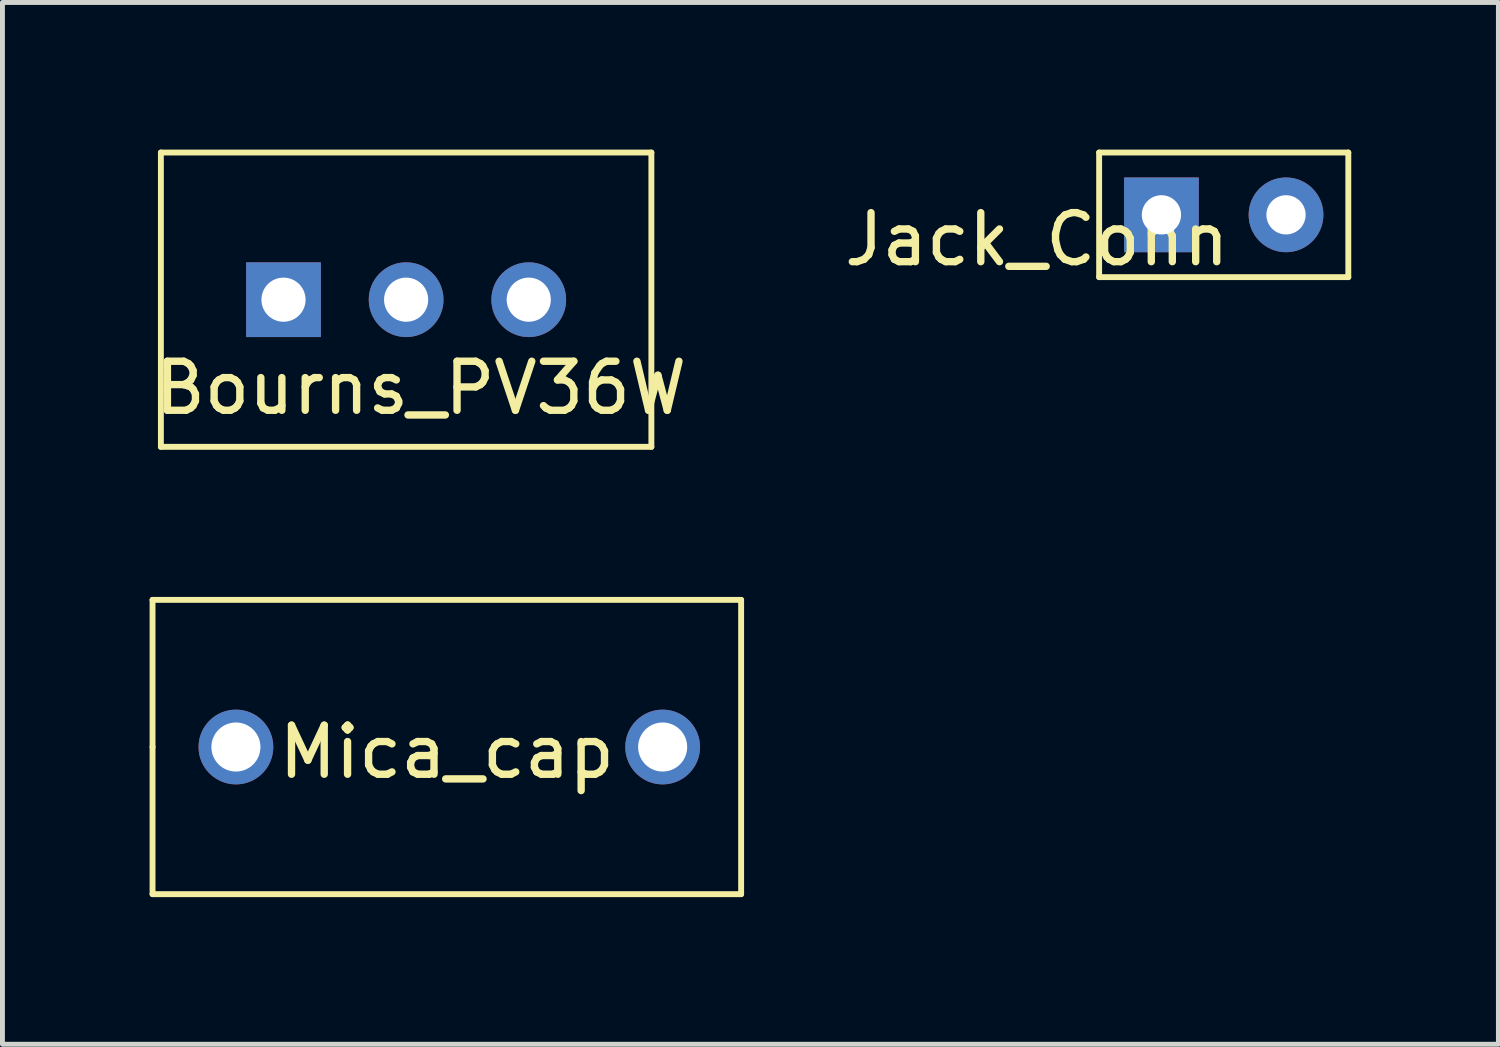
<source format=kicad_pcb>
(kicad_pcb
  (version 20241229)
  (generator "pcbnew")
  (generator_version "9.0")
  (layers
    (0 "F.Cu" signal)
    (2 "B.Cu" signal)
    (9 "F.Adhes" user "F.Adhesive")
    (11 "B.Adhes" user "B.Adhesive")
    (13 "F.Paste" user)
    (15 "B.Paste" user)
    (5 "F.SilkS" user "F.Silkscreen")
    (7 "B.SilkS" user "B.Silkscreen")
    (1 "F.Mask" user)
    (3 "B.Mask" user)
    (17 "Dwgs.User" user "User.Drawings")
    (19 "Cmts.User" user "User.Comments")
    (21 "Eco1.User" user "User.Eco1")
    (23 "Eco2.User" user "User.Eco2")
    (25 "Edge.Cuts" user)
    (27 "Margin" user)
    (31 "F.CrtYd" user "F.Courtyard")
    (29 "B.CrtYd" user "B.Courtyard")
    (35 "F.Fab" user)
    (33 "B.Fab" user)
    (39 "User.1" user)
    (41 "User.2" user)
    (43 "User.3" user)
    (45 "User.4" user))
  (footprint "Bourns_PV36W"
    (layer "F.Cu")
    (at 5.23 3.06)
    (property "Reference" "Bourns_PV36W" (at 0.3 1.8 0) (layer "F.SilkS") (effects (font (size 1 1) (thickness 0.15))))
    (attr through_hole)
    (fp_line (start -5 -3) (end -5 3) (stroke (width 0.12) (type solid)) (layer "F.SilkS"))
    (fp_line (start -5 3) (end 5 3) (stroke (width 0.12) (type solid)) (layer "F.SilkS"))
    (fp_line (start 5 -3) (end -5 -3) (stroke (width 0.12) (type solid)) (layer "F.SilkS"))
    (fp_line (start 5 3) (end 5 -3) (stroke (width 0.12) (type solid)) (layer "F.SilkS"))
    (pad "1" thru_hole rect (at -2.5 0) (size 1.524 1.524) (drill 0.9) (layers "*.Cu" "*.Mask"))
    (pad "2" thru_hole circle (at 0 0) (size 1.524 1.524) (drill 0.9) (layers "*.Cu" "*.Mask"))
    (pad "3" thru_hole circle (at 2.5 0) (size 1.524 1.524) (drill 0.9) (layers "*.Cu" "*.Mask")))
  (footprint "Mica_cap"
    (layer "F.Cu")
    (at 6.06 12.18)
    (property "Reference" "Mica_cap" (at 0 0.1 0) (layer "F.SilkS") (effects (font (size 1 1) (thickness 0.15))))
    (attr through_hole)
    (fp_line (start -6 -3) (end 6 -3) (stroke (width 0.12) (type solid)) (layer "F.SilkS"))
    (fp_line (start -6 0) (end -6 -3) (stroke (width 0.12) (type solid)) (layer "F.SilkS"))
    (fp_line (start -6 3) (end -6 0) (stroke (width 0.12) (type solid)) (layer "F.SilkS"))
    (fp_line (start 6 -3) (end 6 3) (stroke (width 0.12) (type solid)) (layer "F.SilkS"))
    (fp_line (start 6 3) (end -6 3) (stroke (width 0.12) (type solid)) (layer "F.SilkS"))
    (pad "1" thru_hole circle (at -4.3 0) (size 1.524 1.524) (drill 1) (layers "*.Cu" "*.Mask"))
    (pad "2" thru_hole circle (at 4.4 0) (size 1.524 1.524) (drill 1) (layers "*.Cu" "*.Mask")))
  (footprint "Jack_Conn"
    (layer "F.Cu")
    (at 20.629 1.33)
    (property "Reference" "Jack_Conn" (at -2.54 0.5 0) (layer "F.SilkS") (effects (font (size 1 1) (thickness 0.15))))
    (attr through_hole)
    (fp_line (start -1.27 -1.27) (end 3.81 -1.27) (stroke (width 0.12) (type solid)) (layer "F.SilkS"))
    (fp_line (start -1.27 1.27) (end -1.27 -1.27) (stroke (width 0.12) (type solid)) (layer "F.SilkS"))
    (fp_line (start 3.81 -1.27) (end 3.81 1.27) (stroke (width 0.12) (type solid)) (layer "F.SilkS"))
    (fp_line (start 3.81 1.27) (end -1.27 1.27) (stroke (width 0.12) (type solid)) (layer "F.SilkS"))
    (pad "S" thru_hole circle (at 2.54 0) (size 1.524 1.524) (drill 0.8) (layers "*.Cu" "*.Mask"))
    (pad "T" thru_hole rect (at 0 0) (size 1.524 1.524) (drill 0.8) (layers "*.Cu" "*.Mask")))
  (gr_rect
    (start -3 -3)
    (end 27.499 18.24)
    (stroke (width 0.1) (type default))
    (fill no)
    (layer "Edge.Cuts")))
</source>
